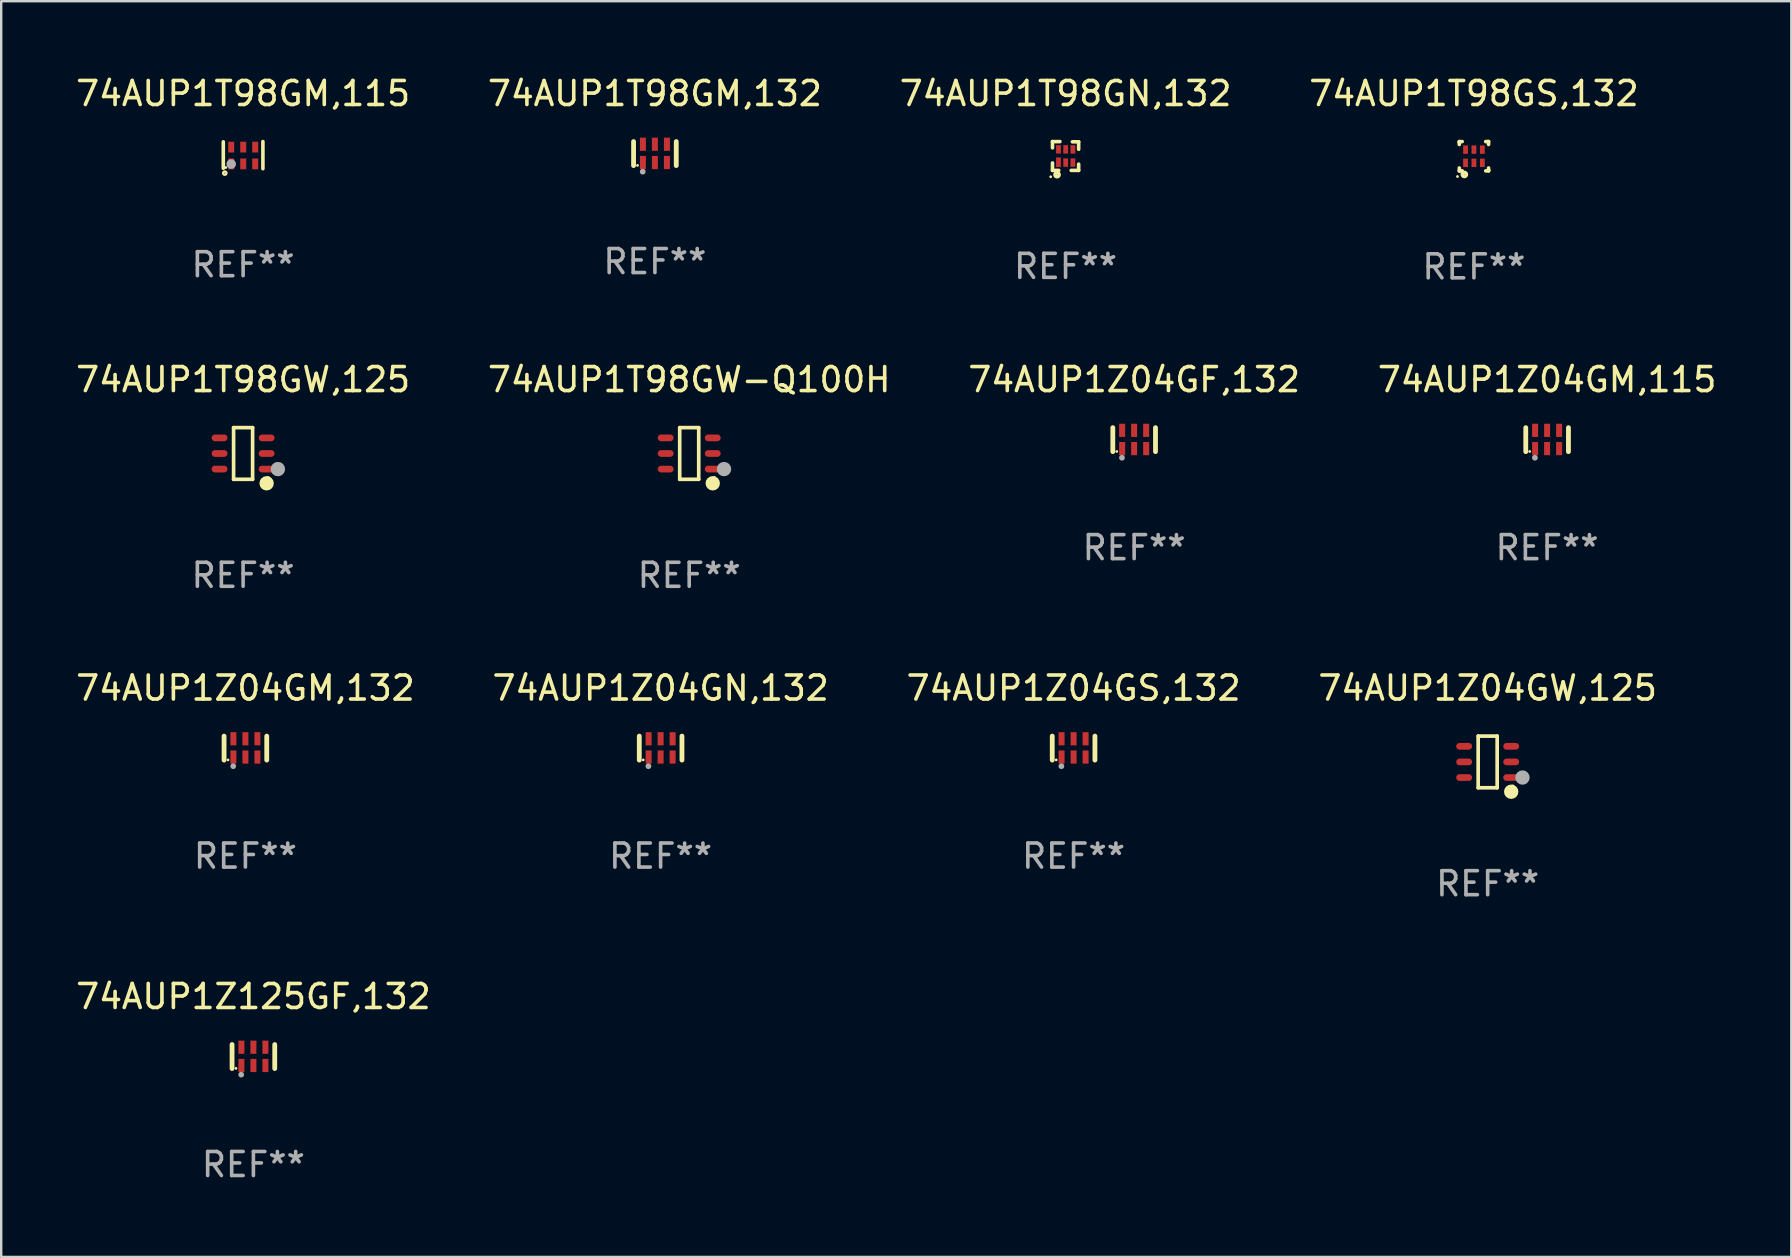
<source format=kicad_pcb>
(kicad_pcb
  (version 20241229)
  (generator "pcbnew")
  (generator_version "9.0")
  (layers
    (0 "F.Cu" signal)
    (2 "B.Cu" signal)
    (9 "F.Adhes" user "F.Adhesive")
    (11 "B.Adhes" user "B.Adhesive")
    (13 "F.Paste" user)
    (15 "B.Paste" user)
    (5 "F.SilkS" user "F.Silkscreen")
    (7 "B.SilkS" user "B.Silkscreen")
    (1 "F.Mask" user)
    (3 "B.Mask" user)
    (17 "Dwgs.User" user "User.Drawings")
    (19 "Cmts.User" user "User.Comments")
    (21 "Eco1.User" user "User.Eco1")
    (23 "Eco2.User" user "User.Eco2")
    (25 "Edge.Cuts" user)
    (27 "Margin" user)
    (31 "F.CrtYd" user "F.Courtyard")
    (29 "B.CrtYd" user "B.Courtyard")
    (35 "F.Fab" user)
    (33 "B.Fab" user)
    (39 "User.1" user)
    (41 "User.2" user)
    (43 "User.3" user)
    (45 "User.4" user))
  (footprint "74AUP1Z04GM,115"
    (layer "F.Cu")
    (at 61.399 15.265)
    (property "Reference" "74AUP1Z04GM,115" (at 0 -2.5 0) (layer "F.SilkS") (effects (font (size 1 1) (thickness 0.15))))
    (attr through_hole)
    (fp_line (start -0.889 0.5) (end -0.889 -0.5) (stroke (width 0.2) (type solid)) (layer "F.SilkS"))
    (fp_line (start 0.889 0.5) (end 0.889 -0.5) (stroke (width 0.2) (type solid)) (layer "F.SilkS"))
    (fp_circle (center -0.725 0.492) (end -0.695 0.492) (stroke (width 0.06) (type solid)) (fill no) (layer "F.SilkS"))
    (fp_circle (center -0.508 0.754) (end -0.448 0.754) (stroke (width 0.12) (type solid)) (fill no) (layer "F.Fab"))
    (fp_text user "REF**" (at 0 4.5 0) (layer "F.Fab") (effects (font (size 1 1) (thickness 0.15))))
    (pad "1" smd rect (at -0.5 0.372) (size 0.25 0.55) (layers "F.Cu" "F.Mask" "F.Paste"))
    (pad "2" smd rect (at -0.000127 0.372) (size 0.25 0.55) (layers "F.Cu" "F.Mask" "F.Paste"))
    (pad "3" smd rect (at 0.5 0.372) (size 0.25 0.55) (layers "F.Cu" "F.Mask" "F.Paste"))
    (pad "4" smd rect (at 0.5 -0.388 180) (size 0.25 0.55) (layers "F.Cu" "F.Mask" "F.Paste"))
    (pad "5" smd rect (at -0.000127 -0.388 180) (size 0.25 0.55) (layers "F.Cu" "F.Mask" "F.Paste"))
    (pad "6" smd rect (at -0.5 -0.388 180) (size 0.25 0.55) (layers "F.Cu" "F.Mask" "F.Paste")))
  (footprint "74AUP1Z04GW,125"
    (layer "F.Cu")
    (at 58.923 28.69)
    (property "Reference" "74AUP1Z04GW,125" (at 0 -3.076 0) (layer "F.SilkS") (effects (font (size 1 1) (thickness 0.15))))
    (attr through_hole)
    (fp_line (start -0.396 -1.076) (end 0.396 -1.076) (stroke (width 0.152) (type solid)) (layer "F.SilkS"))
    (fp_line (start -0.396 1.076) (end -0.396 -1.076) (stroke (width 0.152) (type solid)) (layer "F.SilkS"))
    (fp_line (start 0.396 -1.076) (end 0.396 1.076) (stroke (width 0.152) (type solid)) (layer "F.SilkS"))
    (fp_line (start 0.396 1.076) (end -0.396 1.076) (stroke (width 0.152) (type solid)) (layer "F.SilkS"))
    (fp_circle (center 0.98 1.242) (end 1.13 1.242) (stroke (width 0.3) (type solid)) (fill no) (layer "F.SilkS"))
    (fp_circle (center 1.05 1) (end 1.08 1) (stroke (width 0.06) (type solid)) (fill no) (layer "F.SilkS"))
    (fp_circle (center 1.45 0.65) (end 1.6 0.65) (stroke (width 0.3) (type solid)) (fill no) (layer "F.Fab"))
    (fp_text user "REF**" (at 0 5.076 0) (layer "F.Fab") (effects (font (size 1 1) (thickness 0.15))))
    (pad "1" smd oval (at 0.98 0.65 90) (size 0.28 0.66) (layers "F.Cu" "F.Mask" "F.Paste"))
    (pad "2" smd oval (at 0.98 0 90) (size 0.28 0.66) (layers "F.Cu" "F.Mask" "F.Paste"))
    (pad "3" smd oval (at 0.98 -0.65 90) (size 0.28 0.66) (layers "F.Cu" "F.Mask" "F.Paste"))
    (pad "4" smd oval (at -0.98 -0.65 90) (size 0.28 0.66) (layers "F.Cu" "F.Mask" "F.Paste"))
    (pad "5" smd oval (at -0.98 0 90) (size 0.28 0.66) (layers "F.Cu" "F.Mask" "F.Paste"))
    (pad "6" smd oval (at -0.98 0.65 90) (size 0.28 0.66) (layers "F.Cu" "F.Mask" "F.Paste")))
  (footprint "74AUP1Z125GF,132"
    (layer "F.Cu")
    (at 7.506 40.963)
    (property "Reference" "74AUP1Z125GF,132" (at 0 -2.5 0) (layer "F.SilkS") (effects (font (size 1 1) (thickness 0.15))))
    (attr through_hole)
    (fp_line (start -0.889 0.5) (end -0.889 -0.5) (stroke (width 0.2) (type solid)) (layer "F.SilkS"))
    (fp_line (start 0.889 0.5) (end 0.889 -0.5) (stroke (width 0.2) (type solid)) (layer "F.SilkS"))
    (fp_circle (center -0.725 0.492) (end -0.695 0.492) (stroke (width 0.06) (type solid)) (fill no) (layer "F.SilkS"))
    (fp_circle (center -0.508 0.754) (end -0.448 0.754) (stroke (width 0.12) (type solid)) (fill no) (layer "F.Fab"))
    (fp_text user "REF**" (at 0 4.5 0) (layer "F.Fab") (effects (font (size 1 1) (thickness 0.15))))
    (pad "1" smd rect (at -0.5 0.372) (size 0.25 0.55) (layers "F.Cu" "F.Mask" "F.Paste"))
    (pad "2" smd rect (at -0.000127 0.372) (size 0.25 0.55) (layers "F.Cu" "F.Mask" "F.Paste"))
    (pad "3" smd rect (at 0.5 0.372) (size 0.25 0.55) (layers "F.Cu" "F.Mask" "F.Paste"))
    (pad "4" smd rect (at 0.5 -0.388 180) (size 0.25 0.55) (layers "F.Cu" "F.Mask" "F.Paste"))
    (pad "5" smd rect (at -0.000127 -0.388 180) (size 0.25 0.55) (layers "F.Cu" "F.Mask" "F.Paste"))
    (pad "6" smd rect (at -0.5 -0.388 180) (size 0.25 0.55) (layers "F.Cu" "F.Mask" "F.Paste")))
  (footprint "74AUP1T98GS,132"
    (layer "F.Cu")
    (at 58.351 3.458)
    (property "Reference" "74AUP1T98GS,132" (at 0 -2.61 0) (layer "F.SilkS") (effects (font (size 1 1) (thickness 0.15))))
    (attr through_hole)
    (fp_line (start -0.61 -0.61) (end -0.49 -0.61) (stroke (width 0.15) (type solid)) (layer "F.SilkS"))
    (fp_line (start -0.61 -0.58) (end -0.61 -0.61) (stroke (width 0.15) (type solid)) (layer "F.SilkS"))
    (fp_line (start -0.61 -0.49) (end -0.61 -0.58) (stroke (width 0.15) (type solid)) (layer "F.SilkS"))
    (fp_line (start -0.61 0.61) (end -0.61 0.491) (stroke (width 0.15) (type solid)) (layer "F.SilkS"))
    (fp_line (start -0.58 0.61) (end -0.61 0.61) (stroke (width 0.15) (type solid)) (layer "F.SilkS"))
    (fp_line (start -0.49 0.61) (end -0.58 0.61) (stroke (width 0.15) (type solid)) (layer "F.SilkS"))
    (fp_line (start 0.49 -0.61) (end 0.58 -0.61) (stroke (width 0.15) (type solid)) (layer "F.SilkS"))
    (fp_line (start 0.58 -0.61) (end 0.61 -0.61) (stroke (width 0.15) (type solid)) (layer "F.SilkS"))
    (fp_line (start 0.61 -0.61) (end 0.61 -0.49) (stroke (width 0.15) (type solid)) (layer "F.SilkS"))
    (fp_line (start 0.61 0.49) (end 0.61 0.58) (stroke (width 0.15) (type solid)) (layer "F.SilkS"))
    (fp_line (start 0.61 0.58) (end 0.61 0.61) (stroke (width 0.15) (type solid)) (layer "F.SilkS"))
    (fp_line (start 0.61 0.61) (end 0.491 0.61) (stroke (width 0.15) (type solid)) (layer "F.SilkS"))
    (fp_circle (center -0.685 0.845) (end -0.655 0.845) (stroke (width 0.06) (type solid)) (fill no) (layer "F.SilkS"))
    (fp_circle (center -0.4 0.76) (end -0.39 0.76) (stroke (width 0.15) (type solid)) (fill no) (layer "F.SilkS"))
    (fp_text user "REF**" (at 0 4.61 0) (layer "F.Fab") (effects (font (size 1 1) (thickness 0.15))))
    (pad "1" smd rect (at -0.35 0.275) (size 0.2 0.35) (layers "F.Cu" "F.Mask" "F.Paste"))
    (pad "2" smd rect (at -0.000038 0.275) (size 0.2 0.35) (layers "F.Cu" "F.Mask" "F.Paste"))
    (pad "3" smd rect (at 0.35 0.275) (size 0.2 0.35) (layers "F.Cu" "F.Mask" "F.Paste"))
    (pad "4" smd rect (at 0.35 -0.275) (size 0.2 0.35) (layers "F.Cu" "F.Mask" "F.Paste"))
    (pad "5" smd rect (at -0.000038 -0.275) (size 0.2 0.35) (layers "F.Cu" "F.Mask" "F.Paste"))
    (pad "6" smd rect (at -0.35 -0.275) (size 0.2 0.35) (layers "F.Cu" "F.Mask" "F.Paste")))
  (footprint "74AUP1T98GW-Q100H"
    (layer "F.Cu")
    (at 25.661 15.841)
    (property "Reference" "74AUP1T98GW-Q100H" (at 0 -3.076 0) (layer "F.SilkS") (effects (font (size 1 1) (thickness 0.15))))
    (attr through_hole)
    (fp_line (start -0.396 -1.076) (end 0.396 -1.076) (stroke (width 0.152) (type solid)) (layer "F.SilkS"))
    (fp_line (start -0.396 1.076) (end -0.396 -1.076) (stroke (width 0.152) (type solid)) (layer "F.SilkS"))
    (fp_line (start 0.396 -1.076) (end 0.396 1.076) (stroke (width 0.152) (type solid)) (layer "F.SilkS"))
    (fp_line (start 0.396 1.076) (end -0.396 1.076) (stroke (width 0.152) (type solid)) (layer "F.SilkS"))
    (fp_circle (center 0.98 1.242) (end 1.13 1.242) (stroke (width 0.3) (type solid)) (fill no) (layer "F.SilkS"))
    (fp_circle (center 1.05 1) (end 1.08 1) (stroke (width 0.06) (type solid)) (fill no) (layer "F.SilkS"))
    (fp_circle (center 1.45 0.65) (end 1.6 0.65) (stroke (width 0.3) (type solid)) (fill no) (layer "F.Fab"))
    (fp_text user "REF**" (at 0 5.076 0) (layer "F.Fab") (effects (font (size 1 1) (thickness 0.15))))
    (pad "1" smd oval (at 0.98 0.65 90) (size 0.28 0.66) (layers "F.Cu" "F.Mask" "F.Paste"))
    (pad "2" smd oval (at 0.98 0 90) (size 0.28 0.66) (layers "F.Cu" "F.Mask" "F.Paste"))
    (pad "3" smd oval (at 0.98 -0.65 90) (size 0.28 0.66) (layers "F.Cu" "F.Mask" "F.Paste"))
    (pad "4" smd oval (at -0.98 -0.65 90) (size 0.28 0.66) (layers "F.Cu" "F.Mask" "F.Paste"))
    (pad "5" smd oval (at -0.98 0 90) (size 0.28 0.66) (layers "F.Cu" "F.Mask" "F.Paste"))
    (pad "6" smd oval (at -0.98 0.65 90) (size 0.28 0.66) (layers "F.Cu" "F.Mask" "F.Paste")))
  (footprint "74AUP1Z04GS,132"
    (layer "F.Cu")
    (at 41.673 28.114)
    (property "Reference" "74AUP1Z04GS,132" (at 0 -2.5 0) (layer "F.SilkS") (effects (font (size 1 1) (thickness 0.15))))
    (attr through_hole)
    (fp_line (start -0.889 0.5) (end -0.889 -0.5) (stroke (width 0.2) (type solid)) (layer "F.SilkS"))
    (fp_line (start 0.889 0.5) (end 0.889 -0.5) (stroke (width 0.2) (type solid)) (layer "F.SilkS"))
    (fp_circle (center -0.725 0.492) (end -0.695 0.492) (stroke (width 0.06) (type solid)) (fill no) (layer "F.SilkS"))
    (fp_circle (center -0.508 0.754) (end -0.448 0.754) (stroke (width 0.12) (type solid)) (fill no) (layer "F.Fab"))
    (fp_text user "REF**" (at 0 4.5 0) (layer "F.Fab") (effects (font (size 1 1) (thickness 0.15))))
    (pad "1" smd rect (at -0.5 0.372) (size 0.25 0.55) (layers "F.Cu" "F.Mask" "F.Paste"))
    (pad "2" smd rect (at -0.000127 0.372) (size 0.25 0.55) (layers "F.Cu" "F.Mask" "F.Paste"))
    (pad "3" smd rect (at 0.5 0.372) (size 0.25 0.55) (layers "F.Cu" "F.Mask" "F.Paste"))
    (pad "4" smd rect (at 0.5 -0.388 180) (size 0.25 0.55) (layers "F.Cu" "F.Mask" "F.Paste"))
    (pad "5" smd rect (at -0.000127 -0.388 180) (size 0.25 0.55) (layers "F.Cu" "F.Mask" "F.Paste"))
    (pad "6" smd rect (at -0.5 -0.388 180) (size 0.25 0.55) (layers "F.Cu" "F.Mask" "F.Paste")))
  (footprint "74AUP1T98GW,125"
    (layer "F.Cu")
    (at 7.077 15.841)
    (property "Reference" "74AUP1T98GW,125" (at 0 -3.076 0) (layer "F.SilkS") (effects (font (size 1 1) (thickness 0.15))))
    (attr through_hole)
    (fp_line (start -0.396 -1.076) (end 0.396 -1.076) (stroke (width 0.152) (type solid)) (layer "F.SilkS"))
    (fp_line (start -0.396 1.076) (end -0.396 -1.076) (stroke (width 0.152) (type solid)) (layer "F.SilkS"))
    (fp_line (start 0.396 -1.076) (end 0.396 1.076) (stroke (width 0.152) (type solid)) (layer "F.SilkS"))
    (fp_line (start 0.396 1.076) (end -0.396 1.076) (stroke (width 0.152) (type solid)) (layer "F.SilkS"))
    (fp_circle (center 0.98 1.242) (end 1.13 1.242) (stroke (width 0.3) (type solid)) (fill no) (layer "F.SilkS"))
    (fp_circle (center 1.05 1) (end 1.08 1) (stroke (width 0.06) (type solid)) (fill no) (layer "F.SilkS"))
    (fp_circle (center 1.45 0.65) (end 1.6 0.65) (stroke (width 0.3) (type solid)) (fill no) (layer "F.Fab"))
    (fp_text user "REF**" (at 0 5.076 0) (layer "F.Fab") (effects (font (size 1 1) (thickness 0.15))))
    (pad "1" smd oval (at 0.98 0.65 90) (size 0.28 0.66) (layers "F.Cu" "F.Mask" "F.Paste"))
    (pad "2" smd oval (at 0.98 0 90) (size 0.28 0.66) (layers "F.Cu" "F.Mask" "F.Paste"))
    (pad "3" smd oval (at 0.98 -0.65 90) (size 0.28 0.66) (layers "F.Cu" "F.Mask" "F.Paste"))
    (pad "4" smd oval (at -0.98 -0.65 90) (size 0.28 0.66) (layers "F.Cu" "F.Mask" "F.Paste"))
    (pad "5" smd oval (at -0.98 0 90) (size 0.28 0.66) (layers "F.Cu" "F.Mask" "F.Paste"))
    (pad "6" smd oval (at -0.98 0.65 90) (size 0.28 0.66) (layers "F.Cu" "F.Mask" "F.Paste")))
  (footprint "74AUP1Z04GM,132"
    (layer "F.Cu")
    (at 7.173 28.114)
    (property "Reference" "74AUP1Z04GM,132" (at 0 -2.5 0) (layer "F.SilkS") (effects (font (size 1 1) (thickness 0.15))))
    (attr through_hole)
    (fp_line (start -0.889 0.5) (end -0.889 -0.5) (stroke (width 0.2) (type solid)) (layer "F.SilkS"))
    (fp_line (start 0.889 0.5) (end 0.889 -0.5) (stroke (width 0.2) (type solid)) (layer "F.SilkS"))
    (fp_circle (center -0.725 0.492) (end -0.695 0.492) (stroke (width 0.06) (type solid)) (fill no) (layer "F.SilkS"))
    (fp_circle (center -0.508 0.754) (end -0.448 0.754) (stroke (width 0.12) (type solid)) (fill no) (layer "F.Fab"))
    (fp_text user "REF**" (at 0 4.5 0) (layer "F.Fab") (effects (font (size 1 1) (thickness 0.15))))
    (pad "1" smd rect (at -0.5 0.372) (size 0.25 0.55) (layers "F.Cu" "F.Mask" "F.Paste"))
    (pad "2" smd rect (at -0.000127 0.372) (size 0.25 0.55) (layers "F.Cu" "F.Mask" "F.Paste"))
    (pad "3" smd rect (at 0.5 0.372) (size 0.25 0.55) (layers "F.Cu" "F.Mask" "F.Paste"))
    (pad "4" smd rect (at 0.5 -0.388 180) (size 0.25 0.55) (layers "F.Cu" "F.Mask" "F.Paste"))
    (pad "5" smd rect (at -0.000127 -0.388 180) (size 0.25 0.55) (layers "F.Cu" "F.Mask" "F.Paste"))
    (pad "6" smd rect (at -0.5 -0.388 180) (size 0.25 0.55) (layers "F.Cu" "F.Mask" "F.Paste")))
  (footprint "74AUP1T98GM,115"
    (layer "F.Cu")
    (at 7.077 3.413)
    (property "Reference" "74AUP1T98GM,115" (at 0 -2.565 0) (layer "F.SilkS") (effects (font (size 1 1) (thickness 0.15))))
    (attr through_hole)
    (fp_line (start -0.825 -0.555) (end -0.825 0.545) (stroke (width 0.15) (type solid)) (layer "F.SilkS"))
    (fp_line (start 0.825 -0.565) (end 0.825 0.565) (stroke (width 0.15) (type solid)) (layer "F.SilkS"))
    (fp_circle (center -0.763 0.749) (end -0.695 0.749) (stroke (width 0.1) (type solid)) (fill no) (layer "F.SilkS"))
    (fp_circle (center -0.72 0.515) (end -0.69 0.515) (stroke (width 0.06) (type solid)) (fill no) (layer "F.SilkS"))
    (fp_circle (center -0.496 0.371) (end -0.396 0.371) (stroke (width 0.2) (type solid)) (fill no) (layer "F.Fab"))
    (fp_text user "REF**" (at 0 4.565 0) (layer "F.Fab") (effects (font (size 1 1) (thickness 0.15))))
    (pad "1" smd rect (at -0.495 0.365) (size 0.25 0.45) (layers "F.Cu" "F.Mask" "F.Paste"))
    (pad "2" smd rect (at 0.005 0.365) (size 0.25 0.45) (layers "F.Cu" "F.Mask" "F.Paste"))
    (pad "3" smd rect (at 0.505 0.365) (size 0.25 0.45) (layers "F.Cu" "F.Mask" "F.Paste"))
    (pad "4" smd rect (at 0.505 -0.335) (size 0.25 0.45) (layers "F.Cu" "F.Mask" "F.Paste"))
    (pad "5" smd rect (at 0.005 -0.335) (size 0.25 0.45) (layers "F.Cu" "F.Mask" "F.Paste"))
    (pad "6" smd rect (at -0.495 -0.335) (size 0.25 0.45) (layers "F.Cu" "F.Mask" "F.Paste")))
  (footprint "74AUP1T98GM,132"
    (layer "F.Cu")
    (at 24.232 3.348)
    (property "Reference" "74AUP1T98GM,132" (at 0 -2.5 0) (layer "F.SilkS") (effects (font (size 1 1) (thickness 0.15))))
    (attr through_hole)
    (fp_line (start -0.889 0.5) (end -0.889 -0.5) (stroke (width 0.2) (type solid)) (layer "F.SilkS"))
    (fp_line (start 0.889 0.5) (end 0.889 -0.5) (stroke (width 0.2) (type solid)) (layer "F.SilkS"))
    (fp_circle (center -0.725 0.492) (end -0.695 0.492) (stroke (width 0.06) (type solid)) (fill no) (layer "F.SilkS"))
    (fp_circle (center -0.508 0.754) (end -0.448 0.754) (stroke (width 0.12) (type solid)) (fill no) (layer "F.Fab"))
    (fp_text user "REF**" (at 0 4.5 0) (layer "F.Fab") (effects (font (size 1 1) (thickness 0.15))))
    (pad "1" smd rect (at -0.5 0.372) (size 0.25 0.55) (layers "F.Cu" "F.Mask" "F.Paste"))
    (pad "2" smd rect (at -0.000127 0.372) (size 0.25 0.55) (layers "F.Cu" "F.Mask" "F.Paste"))
    (pad "3" smd rect (at 0.5 0.372) (size 0.25 0.55) (layers "F.Cu" "F.Mask" "F.Paste"))
    (pad "4" smd rect (at 0.5 -0.388 180) (size 0.25 0.55) (layers "F.Cu" "F.Mask" "F.Paste"))
    (pad "5" smd rect (at -0.000127 -0.388 180) (size 0.25 0.55) (layers "F.Cu" "F.Mask" "F.Paste"))
    (pad "6" smd rect (at -0.5 -0.388 180) (size 0.25 0.55) (layers "F.Cu" "F.Mask" "F.Paste")))
  (footprint "74AUP1Z04GN,132"
    (layer "F.Cu")
    (at 24.47 28.114)
    (property "Reference" "74AUP1Z04GN,132" (at 0 -2.5 0) (layer "F.SilkS") (effects (font (size 1 1) (thickness 0.15))))
    (attr through_hole)
    (fp_line (start -0.889 0.5) (end -0.889 -0.5) (stroke (width 0.2) (type solid)) (layer "F.SilkS"))
    (fp_line (start 0.889 0.5) (end 0.889 -0.5) (stroke (width 0.2) (type solid)) (layer "F.SilkS"))
    (fp_circle (center -0.725 0.492) (end -0.695 0.492) (stroke (width 0.06) (type solid)) (fill no) (layer "F.SilkS"))
    (fp_circle (center -0.508 0.754) (end -0.448 0.754) (stroke (width 0.12) (type solid)) (fill no) (layer "F.Fab"))
    (fp_text user "REF**" (at 0 4.5 0) (layer "F.Fab") (effects (font (size 1 1) (thickness 0.15))))
    (pad "1" smd rect (at -0.5 0.372) (size 0.25 0.55) (layers "F.Cu" "F.Mask" "F.Paste"))
    (pad "2" smd rect (at -0.000127 0.372) (size 0.25 0.55) (layers "F.Cu" "F.Mask" "F.Paste"))
    (pad "3" smd rect (at 0.5 0.372) (size 0.25 0.55) (layers "F.Cu" "F.Mask" "F.Paste"))
    (pad "4" smd rect (at 0.5 -0.388 180) (size 0.25 0.55) (layers "F.Cu" "F.Mask" "F.Paste"))
    (pad "5" smd rect (at -0.000127 -0.388 180) (size 0.25 0.55) (layers "F.Cu" "F.Mask" "F.Paste"))
    (pad "6" smd rect (at -0.5 -0.388 180) (size 0.25 0.55) (layers "F.Cu" "F.Mask" "F.Paste")))
  (footprint "74AUP1Z04GF,132"
    (layer "F.Cu")
    (at 44.196 15.265)
    (property "Reference" "74AUP1Z04GF,132" (at 0 -2.5 0) (layer "F.SilkS") (effects (font (size 1 1) (thickness 0.15))))
    (attr through_hole)
    (fp_line (start -0.889 0.5) (end -0.889 -0.5) (stroke (width 0.2) (type solid)) (layer "F.SilkS"))
    (fp_line (start 0.889 0.5) (end 0.889 -0.5) (stroke (width 0.2) (type solid)) (layer "F.SilkS"))
    (fp_circle (center -0.725 0.492) (end -0.695 0.492) (stroke (width 0.06) (type solid)) (fill no) (layer "F.SilkS"))
    (fp_circle (center -0.508 0.754) (end -0.448 0.754) (stroke (width 0.12) (type solid)) (fill no) (layer "F.Fab"))
    (fp_text user "REF**" (at 0 4.5 0) (layer "F.Fab") (effects (font (size 1 1) (thickness 0.15))))
    (pad "1" smd rect (at -0.5 0.372) (size 0.25 0.55) (layers "F.Cu" "F.Mask" "F.Paste"))
    (pad "2" smd rect (at -0.000127 0.372) (size 0.25 0.55) (layers "F.Cu" "F.Mask" "F.Paste"))
    (pad "3" smd rect (at 0.5 0.372) (size 0.25 0.55) (layers "F.Cu" "F.Mask" "F.Paste"))
    (pad "4" smd rect (at 0.5 -0.388 180) (size 0.25 0.55) (layers "F.Cu" "F.Mask" "F.Paste"))
    (pad "5" smd rect (at -0.000127 -0.388 180) (size 0.25 0.55) (layers "F.Cu" "F.Mask" "F.Paste"))
    (pad "6" smd rect (at -0.5 -0.388 180) (size 0.25 0.55) (layers "F.Cu" "F.Mask" "F.Paste")))
  (footprint "74AUP1T98GN,132"
    (layer "F.Cu")
    (at 41.339 3.448)
    (property "Reference" "74AUP1T98GN,132" (at 0 -2.6 0) (layer "F.SilkS") (effects (font (size 1 1) (thickness 0.15))))
    (attr through_hole)
    (fp_line (start -0.545 -0.6) (end -0.235 -0.6) (stroke (width 0.15) (type solid)) (layer "F.SilkS"))
    (fp_line (start -0.545 -0.34) (end -0.545 -0.6) (stroke (width 0.15) (type solid)) (layer "F.SilkS"))
    (fp_line (start -0.545 0.6) (end -0.545 0.29) (stroke (width 0.15) (type solid)) (layer "F.SilkS"))
    (fp_line (start -0.285 0.6) (end -0.545 0.6) (stroke (width 0.15) (type solid)) (layer "F.SilkS"))
    (fp_line (start 0.285 -0.59) (end 0.545 -0.59) (stroke (width 0.15) (type solid)) (layer "F.SilkS"))
    (fp_line (start 0.545 -0.59) (end 0.545 -0.28) (stroke (width 0.15) (type solid)) (layer "F.SilkS"))
    (fp_line (start 0.545 0.34) (end 0.545 0.6) (stroke (width 0.15) (type solid)) (layer "F.SilkS"))
    (fp_line (start 0.545 0.6) (end 0.235 0.6) (stroke (width 0.15) (type solid)) (layer "F.SilkS"))
    (fp_circle (center -0.62 0.865) (end -0.59 0.865) (stroke (width 0.06) (type solid)) (fill no) (layer "F.SilkS"))
    (fp_circle (center -0.355 0.78) (end -0.345 0.78) (stroke (width 0.15) (type solid)) (fill no) (layer "F.SilkS"))
    (fp_text user "REF**" (at 0 4.6 0) (layer "F.Fab") (effects (font (size 1 1) (thickness 0.15))))
    (pad "1" smd rect (at -0.295 0.26) (size 0.2 0.4) (layers "F.Cu" "F.Mask" "F.Paste"))
    (pad "2" smd rect (at 0.005 0.275) (size 0.2 0.35) (layers "F.Cu" "F.Mask" "F.Paste"))
    (pad "3" smd rect (at 0.305 0.275) (size 0.2 0.35) (layers "F.Cu" "F.Mask" "F.Paste"))
    (pad "4" smd rect (at 0.305 -0.275) (size 0.2 0.35) (layers "F.Cu" "F.Mask" "F.Paste"))
    (pad "5" smd rect (at 0.005 -0.275) (size 0.2 0.35) (layers "F.Cu" "F.Mask" "F.Paste"))
    (pad "6" smd rect (at -0.295 -0.275) (size 0.2 0.35) (layers "F.Cu" "F.Mask" "F.Paste")))
  (gr_rect
    (start -3 -3)
    (end 71.571 49.311)
    (stroke (width 0.1) (type default))
    (fill no)
    (layer "Edge.Cuts")))
</source>
